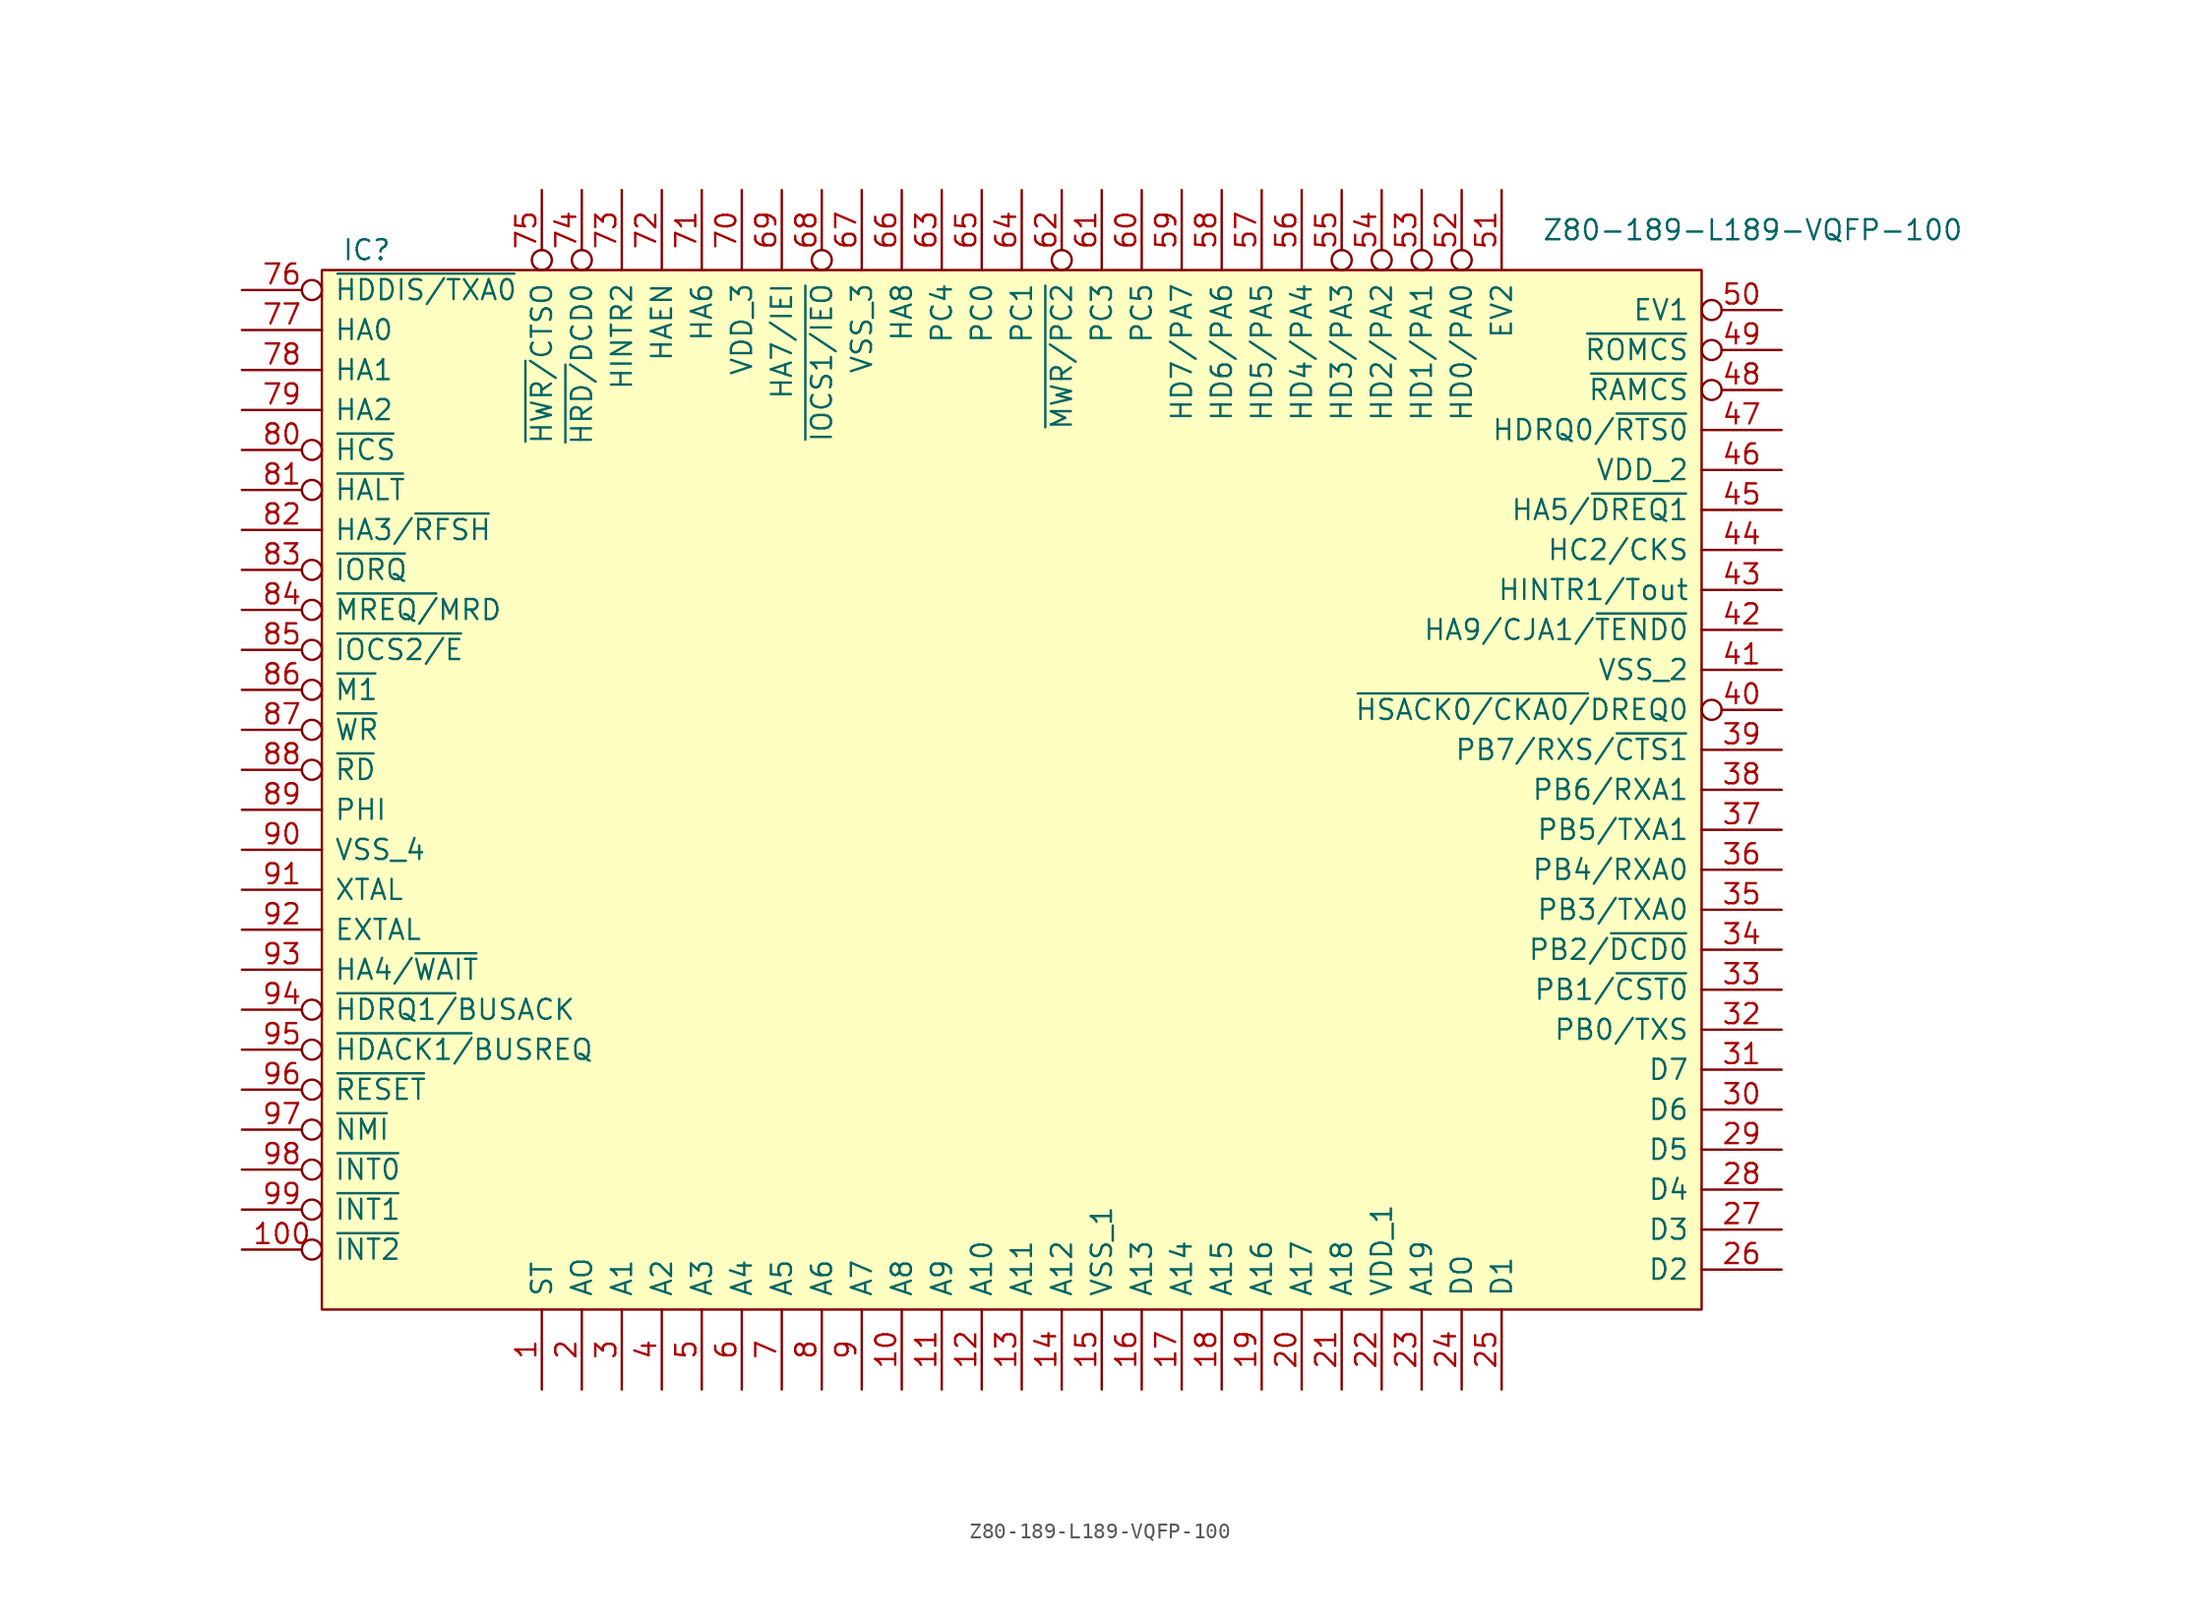
<source format=kicad_sym>
(kicad_symbol_lib
  (version 20231120)
  (generator "kicad_symbol_editor")
  (generator_version "8.0")
  (symbol "Z80-189-L189-VQFP-100"
    (pin_names
      (offset 0.762))
    (property "Reference" "IC"
      (at 1.27 1.27 0)
      (effects (font (size 1.27 1.27)) (justify left)))
    (property "Value" "Z80-189-L189-VQFP-100"
      (at 77.47 2.54 0)
      (effects (font (size 1.27 1.27)) (justify left)))
    (symbol "Z80-189-L189-VQFP-100_0_0"
      (pin output line (at 13.97 -71.12 90) (length 5.08) (name "ST" (effects (font (size 1.27 1.27)))) (number "1" (effects (font (size 1.27 1.27)))))
      (pin tri_state line (at 36.83 -71.12 90) (length 5.08) (name "A8" (effects (font (size 1.27 1.27)))) (number "10" (effects (font (size 1.27 1.27)))))
      (pin input inverted (at -5.08 -62.23 0) (length 5.08) (name "~{INT2}" (effects (font (size 1.27 1.27)))) (number "100" (effects (font (size 1.27 1.27)))))
      (pin tri_state line (at 39.37 -71.12 90) (length 5.08) (name "A9" (effects (font (size 1.27 1.27)))) (number "11" (effects (font (size 1.27 1.27)))))
      (pin tri_state line (at 41.91 -71.12 90) (length 5.08) (name "A10" (effects (font (size 1.27 1.27)))) (number "12" (effects (font (size 1.27 1.27)))))
      (pin tri_state line (at 44.45 -71.12 90) (length 5.08) (name "A11" (effects (font (size 1.27 1.27)))) (number "13" (effects (font (size 1.27 1.27)))))
      (pin tri_state line (at 46.99 -71.12 90) (length 5.08) (name "A12" (effects (font (size 1.27 1.27)))) (number "14" (effects (font (size 1.27 1.27)))))
      (pin power_in line (at 49.53 -71.12 90) (length 5.08) (name "VSS_1" (effects (font (size 1.27 1.27)))) (number "15" (effects (font (size 1.27 1.27)))))
      (pin tri_state line (at 52.07 -71.12 90) (length 5.08) (name "A13" (effects (font (size 1.27 1.27)))) (number "16" (effects (font (size 1.27 1.27)))))
      (pin tri_state line (at 54.61 -71.12 90) (length 5.08) (name "A14" (effects (font (size 1.27 1.27)))) (number "17" (effects (font (size 1.27 1.27)))))
      (pin tri_state line (at 57.15 -71.12 90) (length 5.08) (name "A15" (effects (font (size 1.27 1.27)))) (number "18" (effects (font (size 1.27 1.27)))))
      (pin tri_state line (at 59.69 -71.12 90) (length 5.08) (name "A16" (effects (font (size 1.27 1.27)))) (number "19" (effects (font (size 1.27 1.27)))))
      (pin tri_state line (at 16.51 -71.12 90) (length 5.08) (name "AO" (effects (font (size 1.27 1.27)))) (number "2" (effects (font (size 1.27 1.27)))))
      (pin tri_state line (at 62.23 -71.12 90) (length 5.08) (name "A17" (effects (font (size 1.27 1.27)))) (number "20" (effects (font (size 1.27 1.27)))))
      (pin tri_state line (at 64.77 -71.12 90) (length 5.08) (name "A18" (effects (font (size 1.27 1.27)))) (number "21" (effects (font (size 1.27 1.27)))))
      (pin power_in line (at 67.31 -71.12 90) (length 5.08) (name "VDD_1" (effects (font (size 1.27 1.27)))) (number "22" (effects (font (size 1.27 1.27)))))
      (pin tri_state line (at 69.85 -71.12 90) (length 5.08) (name "A19" (effects (font (size 1.27 1.27)))) (number "23" (effects (font (size 1.27 1.27)))))
      (pin tri_state line (at 72.39 -71.12 90) (length 5.08) (name "DO" (effects (font (size 1.27 1.27)))) (number "24" (effects (font (size 1.27 1.27)))))
      (pin tri_state line (at 74.93 -71.12 90) (length 5.08) (name "D1" (effects (font (size 1.27 1.27)))) (number "25" (effects (font (size 1.27 1.27)))))
      (pin tri_state line (at 92.71 -63.5 180) (length 5.08) (name "D2" (effects (font (size 1.27 1.27)))) (number "26" (effects (font (size 1.27 1.27)))))
      (pin tri_state line (at 92.71 -60.96 180) (length 5.08) (name "D3" (effects (font (size 1.27 1.27)))) (number "27" (effects (font (size 1.27 1.27)))))
      (pin tri_state line (at 92.71 -58.42 180) (length 5.08) (name "D4" (effects (font (size 1.27 1.27)))) (number "28" (effects (font (size 1.27 1.27)))))
      (pin tri_state line (at 92.71 -55.88 180) (length 5.08) (name "D5" (effects (font (size 1.27 1.27)))) (number "29" (effects (font (size 1.27 1.27)))))
      (pin tri_state line (at 19.05 -71.12 90) (length 5.08) (name "A1" (effects (font (size 1.27 1.27)))) (number "3" (effects (font (size 1.27 1.27)))))
      (pin tri_state line (at 92.71 -53.34 180) (length 5.08) (name "D6" (effects (font (size 1.27 1.27)))) (number "30" (effects (font (size 1.27 1.27)))))
      (pin tri_state line (at 92.71 -50.8 180) (length 5.08) (name "D7" (effects (font (size 1.27 1.27)))) (number "31" (effects (font (size 1.27 1.27)))))
      (pin bidirectional line (at 92.71 -48.26 180) (length 5.08) (name "PB0/TXS" (effects (font (size 1.27 1.27)))) (number "32" (effects (font (size 1.27 1.27)))))
      (pin bidirectional line (at 92.71 -45.72 180) (length 5.08) (name "PB1/~{CST0}" (effects (font (size 1.27 1.27)))) (number "33" (effects (font (size 1.27 1.27)))))
      (pin bidirectional line (at 92.71 -43.18 180) (length 5.08) (name "PB2/~{DCD0}" (effects (font (size 1.27 1.27)))) (number "34" (effects (font (size 1.27 1.27)))))
      (pin bidirectional line (at 92.71 -40.64 180) (length 5.08) (name "PB3/TXA0" (effects (font (size 1.27 1.27)))) (number "35" (effects (font (size 1.27 1.27)))))
      (pin bidirectional line (at 92.71 -38.1 180) (length 5.08) (name "PB4/RXA0" (effects (font (size 1.27 1.27)))) (number "36" (effects (font (size 1.27 1.27)))))
      (pin bidirectional line (at 92.71 -35.56 180) (length 5.08) (name "PB5/TXA1" (effects (font (size 1.27 1.27)))) (number "37" (effects (font (size 1.27 1.27)))))
      (pin bidirectional line (at 92.71 -33.02 180) (length 5.08) (name "PB6/RXA1" (effects (font (size 1.27 1.27)))) (number "38" (effects (font (size 1.27 1.27)))))
      (pin bidirectional line (at 92.71 -30.48 180) (length 5.08) (name "PB7/RXS/~{CTS1}" (effects (font (size 1.27 1.27)))) (number "39" (effects (font (size 1.27 1.27)))))
      (pin tri_state line (at 21.59 -71.12 90) (length 5.08) (name "A2" (effects (font (size 1.27 1.27)))) (number "4" (effects (font (size 1.27 1.27)))))
      (pin bidirectional inverted (at 92.71 -27.94 180) (length 5.08) (name "~{HSACK0/CKA0/}DREQ0" (effects (font (size 1.27 1.27)))) (number "40" (effects (font (size 1.27 1.27)))))
      (pin power_in line (at 92.71 -25.4 180) (length 5.08) (name "VSS_2" (effects (font (size 1.27 1.27)))) (number "41" (effects (font (size 1.27 1.27)))))
      (pin input line (at 92.71 -22.86 180) (length 5.08) (name "HA9/CJA1/~{TEND0}" (effects (font (size 1.27 1.27)))) (number "42" (effects (font (size 1.27 1.27)))))
      (pin bidirectional line (at 92.71 -20.32 180) (length 5.08) (name "HINTR1/Tout" (effects (font (size 1.27 1.27)))) (number "43" (effects (font (size 1.27 1.27)))))
      (pin input line (at 92.71 -17.78 180) (length 5.08) (name "HC2/CKS" (effects (font (size 1.27 1.27)))) (number "44" (effects (font (size 1.27 1.27)))))
      (pin input line (at 92.71 -15.24 180) (length 5.08) (name "HA5/~{DREQ1}" (effects (font (size 1.27 1.27)))) (number "45" (effects (font (size 1.27 1.27)))))
      (pin bidirectional line (at 92.71 -12.7 180) (length 5.08) (name "VDD_2" (effects (font (size 1.27 1.27)))) (number "46" (effects (font (size 1.27 1.27)))))
      (pin bidirectional line (at 92.71 -10.16 180) (length 5.08) (name "HDRQ0/~{RTS0}" (effects (font (size 1.27 1.27)))) (number "47" (effects (font (size 1.27 1.27)))))
      (pin output inverted (at 92.71 -7.62 180) (length 5.08) (name "~{RAMCS}" (effects (font (size 1.27 1.27)))) (number "48" (effects (font (size 1.27 1.27)))))
      (pin output inverted (at 92.71 -5.08 180) (length 5.08) (name "~{ROMCS}" (effects (font (size 1.27 1.27)))) (number "49" (effects (font (size 1.27 1.27)))))
      (pin tri_state line (at 24.13 -71.12 90) (length 5.08) (name "A3" (effects (font (size 1.27 1.27)))) (number "5" (effects (font (size 1.27 1.27)))))
      (pin input inverted (at 92.71 -2.54 180) (length 5.08) (name "EV1" (effects (font (size 1.27 1.27)))) (number "50" (effects (font (size 1.27 1.27)))))
      (pin input line (at 74.93 5.08 270) (length 5.08) (name "EV2" (effects (font (size 1.27 1.27)))) (number "51" (effects (font (size 1.27 1.27)))))
      (pin tri_state inverted (at 72.39 5.08 270) (length 5.08) (name "HD0/PA0" (effects (font (size 1.27 1.27)))) (number "52" (effects (font (size 1.27 1.27)))))
      (pin tri_state inverted (at 69.85 5.08 270) (length 5.08) (name "HD1/PA1" (effects (font (size 1.27 1.27)))) (number "53" (effects (font (size 1.27 1.27)))))
      (pin tri_state inverted (at 67.31 5.08 270) (length 5.08) (name "HD2/PA2" (effects (font (size 1.27 1.27)))) (number "54" (effects (font (size 1.27 1.27)))))
      (pin tri_state inverted (at 64.77 5.08 270) (length 5.08) (name "HD3/PA3" (effects (font (size 1.27 1.27)))) (number "55" (effects (font (size 1.27 1.27)))))
      (pin tri_state line (at 62.23 5.08 270) (length 5.08) (name "HD4/PA4" (effects (font (size 1.27 1.27)))) (number "56" (effects (font (size 1.27 1.27)))))
      (pin tri_state line (at 59.69 5.08 270) (length 5.08) (name "HD5/PA5" (effects (font (size 1.27 1.27)))) (number "57" (effects (font (size 1.27 1.27)))))
      (pin tri_state line (at 57.15 5.08 270) (length 5.08) (name "HD6/PA6" (effects (font (size 1.27 1.27)))) (number "58" (effects (font (size 1.27 1.27)))))
      (pin tri_state line (at 54.61 5.08 270) (length 5.08) (name "HD7/PA7" (effects (font (size 1.27 1.27)))) (number "59" (effects (font (size 1.27 1.27)))))
      (pin tri_state line (at 26.67 -71.12 90) (length 5.08) (name "A4" (effects (font (size 1.27 1.27)))) (number "6" (effects (font (size 1.27 1.27)))))
      (pin bidirectional line (at 52.07 5.08 270) (length 5.08) (name "PC5" (effects (font (size 1.27 1.27)))) (number "60" (effects (font (size 1.27 1.27)))))
      (pin bidirectional inverted (at 46.99 5.08 270) (length 5.08) (name "~{MWR/PC2}" (effects (font (size 1.27 1.27)))) (number "62" (effects (font (size 1.27 1.27)))))
      (pin bidirectional line (at 39.37 5.08 270) (length 5.08) (name "PC4" (effects (font (size 1.27 1.27)))) (number "63" (effects (font (size 1.27 1.27)))))
      (pin bidirectional line (at 44.45 5.08 270) (length 5.08) (name "PC1" (effects (font (size 1.27 1.27)))) (number "64" (effects (font (size 1.27 1.27)))))
      (pin bidirectional line (at 41.91 5.08 270) (length 5.08) (name "PC0" (effects (font (size 1.27 1.27)))) (number "65" (effects (font (size 1.27 1.27)))))
      (pin input line (at 36.83 5.08 270) (length 5.08) (name "HA8" (effects (font (size 1.27 1.27)))) (number "66" (effects (font (size 1.27 1.27)))))
      (pin power_in line (at 34.29 5.08 270) (length 5.08) (name "VSS_3" (effects (font (size 1.27 1.27)))) (number "67" (effects (font (size 1.27 1.27)))))
      (pin output inverted (at 31.75 5.08 270) (length 5.08) (name "~{IOCS1/IEO}" (effects (font (size 1.27 1.27)))) (number "68" (effects (font (size 1.27 1.27)))))
      (pin input line (at 29.21 5.08 270) (length 5.08) (name "HA7/IEI" (effects (font (size 1.27 1.27)))) (number "69" (effects (font (size 1.27 1.27)))))
      (pin tri_state line (at 29.21 -71.12 90) (length 5.08) (name "A5" (effects (font (size 1.27 1.27)))) (number "7" (effects (font (size 1.27 1.27)))))
      (pin power_in line (at 26.67 5.08 270) (length 5.08) (name "VDD_3" (effects (font (size 1.27 1.27)))) (number "70" (effects (font (size 1.27 1.27)))))
      (pin input line (at 24.13 5.08 270) (length 5.08) (name "HA6" (effects (font (size 1.27 1.27)))) (number "71" (effects (font (size 1.27 1.27)))))
      (pin input line (at 21.59 5.08 270) (length 5.08) (name "HAEN" (effects (font (size 1.27 1.27)))) (number "72" (effects (font (size 1.27 1.27)))))
      (pin bidirectional line (at 19.05 5.08 270) (length 5.08) (name "HINTR2" (effects (font (size 1.27 1.27)))) (number "73" (effects (font (size 1.27 1.27)))))
      (pin bidirectional inverted (at 16.51 5.08 270) (length 5.08) (name "~{HRD/}DCD0" (effects (font (size 1.27 1.27)))) (number "74" (effects (font (size 1.27 1.27)))))
      (pin bidirectional inverted (at 13.97 5.08 270) (length 5.08) (name "~{HWR/}CTSO" (effects (font (size 1.27 1.27)))) (number "75" (effects (font (size 1.27 1.27)))))
      (pin bidirectional inverted (at -5.08 -1.27 0) (length 5.08) (name "~{HDDIS/TXA0}" (effects (font (size 1.27 1.27)))) (number "76" (effects (font (size 1.27 1.27)))))
      (pin input line (at -5.08 -3.81 0) (length 5.08) (name "HA0" (effects (font (size 1.27 1.27)))) (number "77" (effects (font (size 1.27 1.27)))))
      (pin input line (at -5.08 -6.35 0) (length 5.08) (name "HA1" (effects (font (size 1.27 1.27)))) (number "78" (effects (font (size 1.27 1.27)))))
      (pin input line (at -5.08 -8.89 0) (length 5.08) (name "HA2" (effects (font (size 1.27 1.27)))) (number "79" (effects (font (size 1.27 1.27)))))
      (pin tri_state line (at 31.75 -71.12 90) (length 5.08) (name "A6" (effects (font (size 1.27 1.27)))) (number "8" (effects (font (size 1.27 1.27)))))
      (pin bidirectional inverted (at -5.08 -11.43 0) (length 5.08) (name "~{HCS}" (effects (font (size 1.27 1.27)))) (number "80" (effects (font (size 1.27 1.27)))))
      (pin bidirectional inverted (at -5.08 -13.97 0) (length 5.08) (name "~{HALT}" (effects (font (size 1.27 1.27)))) (number "81" (effects (font (size 1.27 1.27)))))
      (pin input line (at -5.08 -16.51 0) (length 5.08) (name "HA3/~{RFSH}" (effects (font (size 1.27 1.27)))) (number "82" (effects (font (size 1.27 1.27)))))
      (pin tri_state inverted (at -5.08 -19.05 0) (length 5.08) (name "~{IORQ}" (effects (font (size 1.27 1.27)))) (number "83" (effects (font (size 1.27 1.27)))))
      (pin bidirectional inverted (at -5.08 -21.59 0) (length 5.08) (name "~{MREQ/}MRD" (effects (font (size 1.27 1.27)))) (number "84" (effects (font (size 1.27 1.27)))))
      (pin output inverted (at -5.08 -24.13 0) (length 5.08) (name "~{IOCS2/E}" (effects (font (size 1.27 1.27)))) (number "85" (effects (font (size 1.27 1.27)))))
      (pin bidirectional inverted (at -5.08 -26.67 0) (length 5.08) (name "~{M1}" (effects (font (size 1.27 1.27)))) (number "86" (effects (font (size 1.27 1.27)))))
      (pin output inverted (at -5.08 -29.21 0) (length 5.08) (name "~{WR}" (effects (font (size 1.27 1.27)))) (number "87" (effects (font (size 1.27 1.27)))))
      (pin tri_state inverted (at -5.08 -31.75 0) (length 5.08) (name "~{RD}" (effects (font (size 1.27 1.27)))) (number "88" (effects (font (size 1.27 1.27)))))
      (pin output line (at -5.08 -34.29 0) (length 5.08) (name "PHI" (effects (font (size 1.27 1.27)))) (number "89" (effects (font (size 1.27 1.27)))))
      (pin tri_state line (at 34.29 -71.12 90) (length 5.08) (name "A7" (effects (font (size 1.27 1.27)))) (number "9" (effects (font (size 1.27 1.27)))))
      (pin power_in line (at -5.08 -36.83 0) (length 5.08) (name "VSS_4" (effects (font (size 1.27 1.27)))) (number "90" (effects (font (size 1.27 1.27)))))
      (pin output line (at -5.08 -39.37 0) (length 5.08) (name "XTAL" (effects (font (size 1.27 1.27)))) (number "91" (effects (font (size 1.27 1.27)))))
      (pin input line (at -5.08 -41.91 0) (length 5.08) (name "EXTAL" (effects (font (size 1.27 1.27)))) (number "92" (effects (font (size 1.27 1.27)))))
      (pin input line (at -5.08 -44.45 0) (length 5.08) (name "HA4/~{WAIT}" (effects (font (size 1.27 1.27)))) (number "93" (effects (font (size 1.27 1.27)))))
      (pin input inverted (at -5.08 -46.99 0) (length 5.08) (name "~{HDRQ1/}BUSACK" (effects (font (size 1.27 1.27)))) (number "94" (effects (font (size 1.27 1.27)))))
      (pin input inverted (at -5.08 -49.53 0) (length 5.08) (name "~{HDACK1/}BUSREQ" (effects (font (size 1.27 1.27)))) (number "95" (effects (font (size 1.27 1.27)))))
      (pin input inverted (at -5.08 -52.07 0) (length 5.08) (name "~{RESET}" (effects (font (size 1.27 1.27)))) (number "96" (effects (font (size 1.27 1.27)))))
      (pin input inverted (at -5.08 -54.61 0) (length 5.08) (name "~{NMI}" (effects (font (size 1.27 1.27)))) (number "97" (effects (font (size 1.27 1.27)))))
      (pin input inverted (at -5.08 -57.15 0) (length 5.08) (name "~{INT0}" (effects (font (size 1.27 1.27)))) (number "98" (effects (font (size 1.27 1.27)))))
      (pin input inverted (at -5.08 -59.69 0) (length 5.08) (name "~{INT1}" (effects (font (size 1.27 1.27)))) (number "99" (effects (font (size 1.27 1.27))))))
    (symbol "Z80-189-L189-VQFP-100_0_1"
      (rectangle (start 0 -66.04) (end 87.63 0) (stroke (width 0) (type solid)) (fill (type background))))
    (symbol "Z80-189-L189-VQFP-100_1_1"
      (pin bidirectional line (at 49.53 5.08 270) (length 5.08) (name "PC3" (effects (font (size 1.27 1.27)))) (number "61" (effects (font (size 1.27 1.27))))))))
</source>
